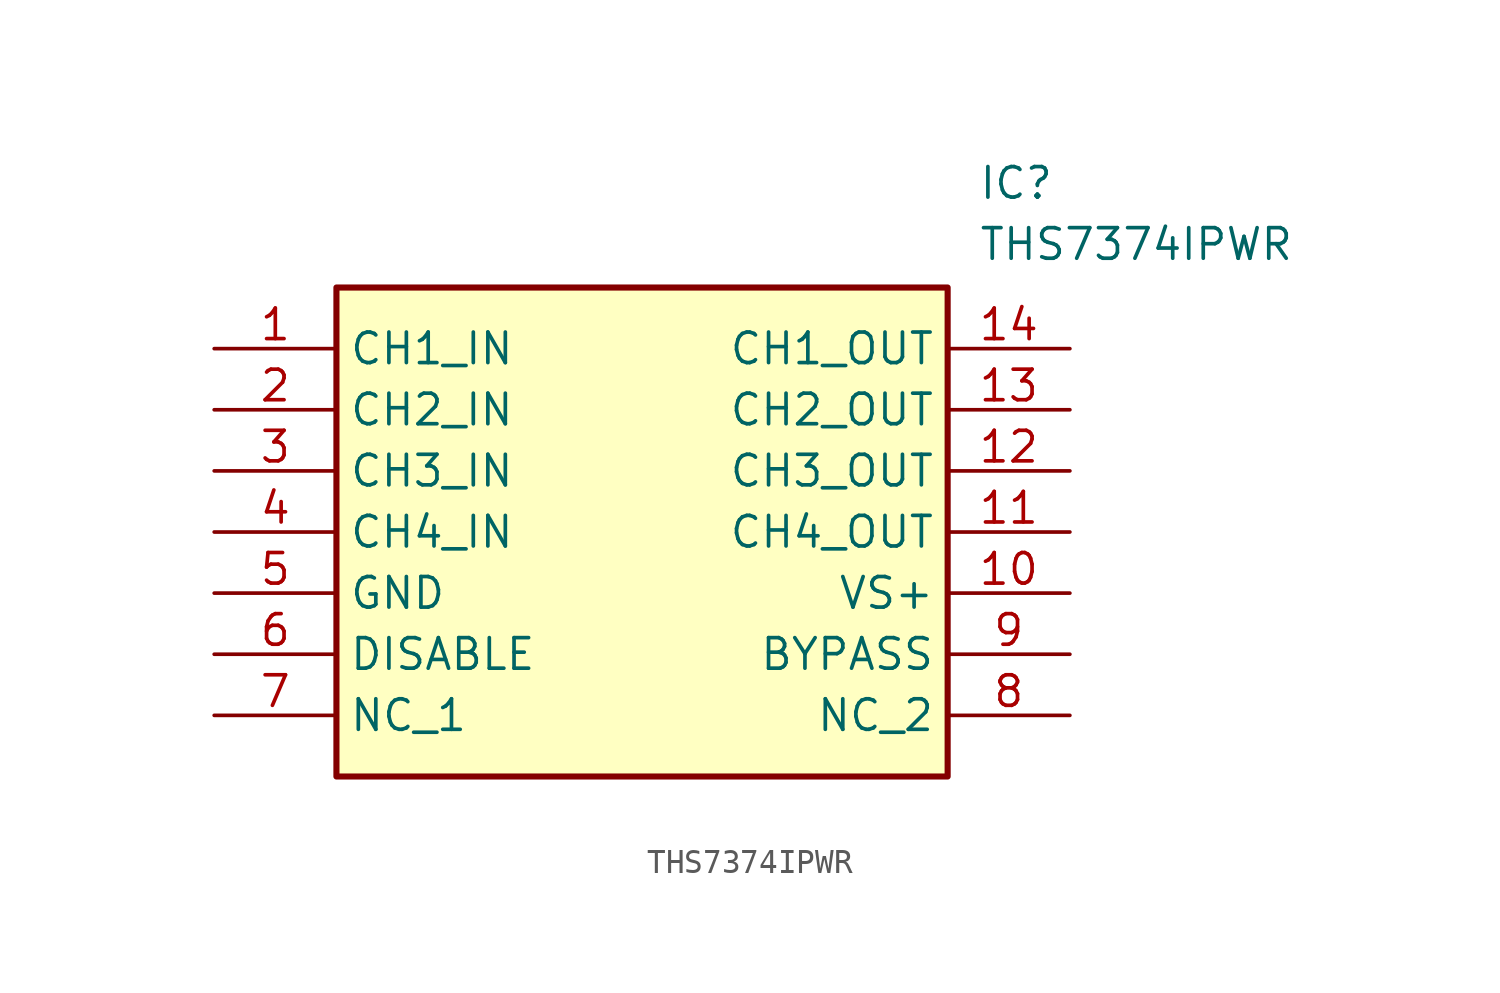
<source format=kicad_sym>
(kicad_symbol_lib
  (version 20211014)
  (generator SamacSys_ECAD_Model)
  (symbol "THS7374IPWR"
    (property "Reference" "IC"
      (at 31.75 7.62 0)
      (effects (font (size 1.27 1.27)) (justify left top)))
    (property "Value" "THS7374IPWR"
      (at 31.75 5.08 0)
      (effects (font (size 1.27 1.27)) (justify left top)))
    (rectangle
      (start 5.08 2.54)
      (end 30.48 -17.78)
      (stroke (width 0.254) (type default))
      (fill (type background)))
    (pin passive line
      (at 0 0 0)
      (length 5.08)
      (name "CH1_IN" (effects (font (size 1.27 1.27))))
      (number "1" (effects (font (size 1.27 1.27)))))
    (pin passive line
      (at 0 -2.54 0)
      (length 5.08)
      (name "CH2_IN" (effects (font (size 1.27 1.27))))
      (number "2" (effects (font (size 1.27 1.27)))))
    (pin passive line
      (at 0 -5.08 0)
      (length 5.08)
      (name "CH3_IN" (effects (font (size 1.27 1.27))))
      (number "3" (effects (font (size 1.27 1.27)))))
    (pin passive line
      (at 0 -7.62 0)
      (length 5.08)
      (name "CH4_IN" (effects (font (size 1.27 1.27))))
      (number "4" (effects (font (size 1.27 1.27)))))
    (pin passive line
      (at 0 -10.16 0)
      (length 5.08)
      (name "GND" (effects (font (size 1.27 1.27))))
      (number "5" (effects (font (size 1.27 1.27)))))
    (pin passive line
      (at 0 -12.7 0)
      (length 5.08)
      (name "DISABLE" (effects (font (size 1.27 1.27))))
      (number "6" (effects (font (size 1.27 1.27)))))
    (pin passive line
      (at 0 -15.24 0)
      (length 5.08)
      (name "NC_1" (effects (font (size 1.27 1.27))))
      (number "7" (effects (font (size 1.27 1.27)))))
    (pin passive line
      (at 35.56 0 180)
      (length 5.08)
      (name "CH1_OUT" (effects (font (size 1.27 1.27))))
      (number "14" (effects (font (size 1.27 1.27)))))
    (pin passive line
      (at 35.56 -2.54 180)
      (length 5.08)
      (name "CH2_OUT" (effects (font (size 1.27 1.27))))
      (number "13" (effects (font (size 1.27 1.27)))))
    (pin passive line
      (at 35.56 -5.08 180)
      (length 5.08)
      (name "CH3_OUT" (effects (font (size 1.27 1.27))))
      (number "12" (effects (font (size 1.27 1.27)))))
    (pin passive line
      (at 35.56 -7.62 180)
      (length 5.08)
      (name "CH4_OUT" (effects (font (size 1.27 1.27))))
      (number "11" (effects (font (size 1.27 1.27)))))
    (pin passive line
      (at 35.56 -10.16 180)
      (length 5.08)
      (name "VS+" (effects (font (size 1.27 1.27))))
      (number "10" (effects (font (size 1.27 1.27)))))
    (pin passive line
      (at 35.56 -12.7 180)
      (length 5.08)
      (name "BYPASS" (effects (font (size 1.27 1.27))))
      (number "9" (effects (font (size 1.27 1.27)))))
    (pin passive line
      (at 35.56 -15.24 180)
      (length 5.08)
      (name "NC_2" (effects (font (size 1.27 1.27))))
      (number "8" (effects (font (size 1.27 1.27)))))))
</source>
